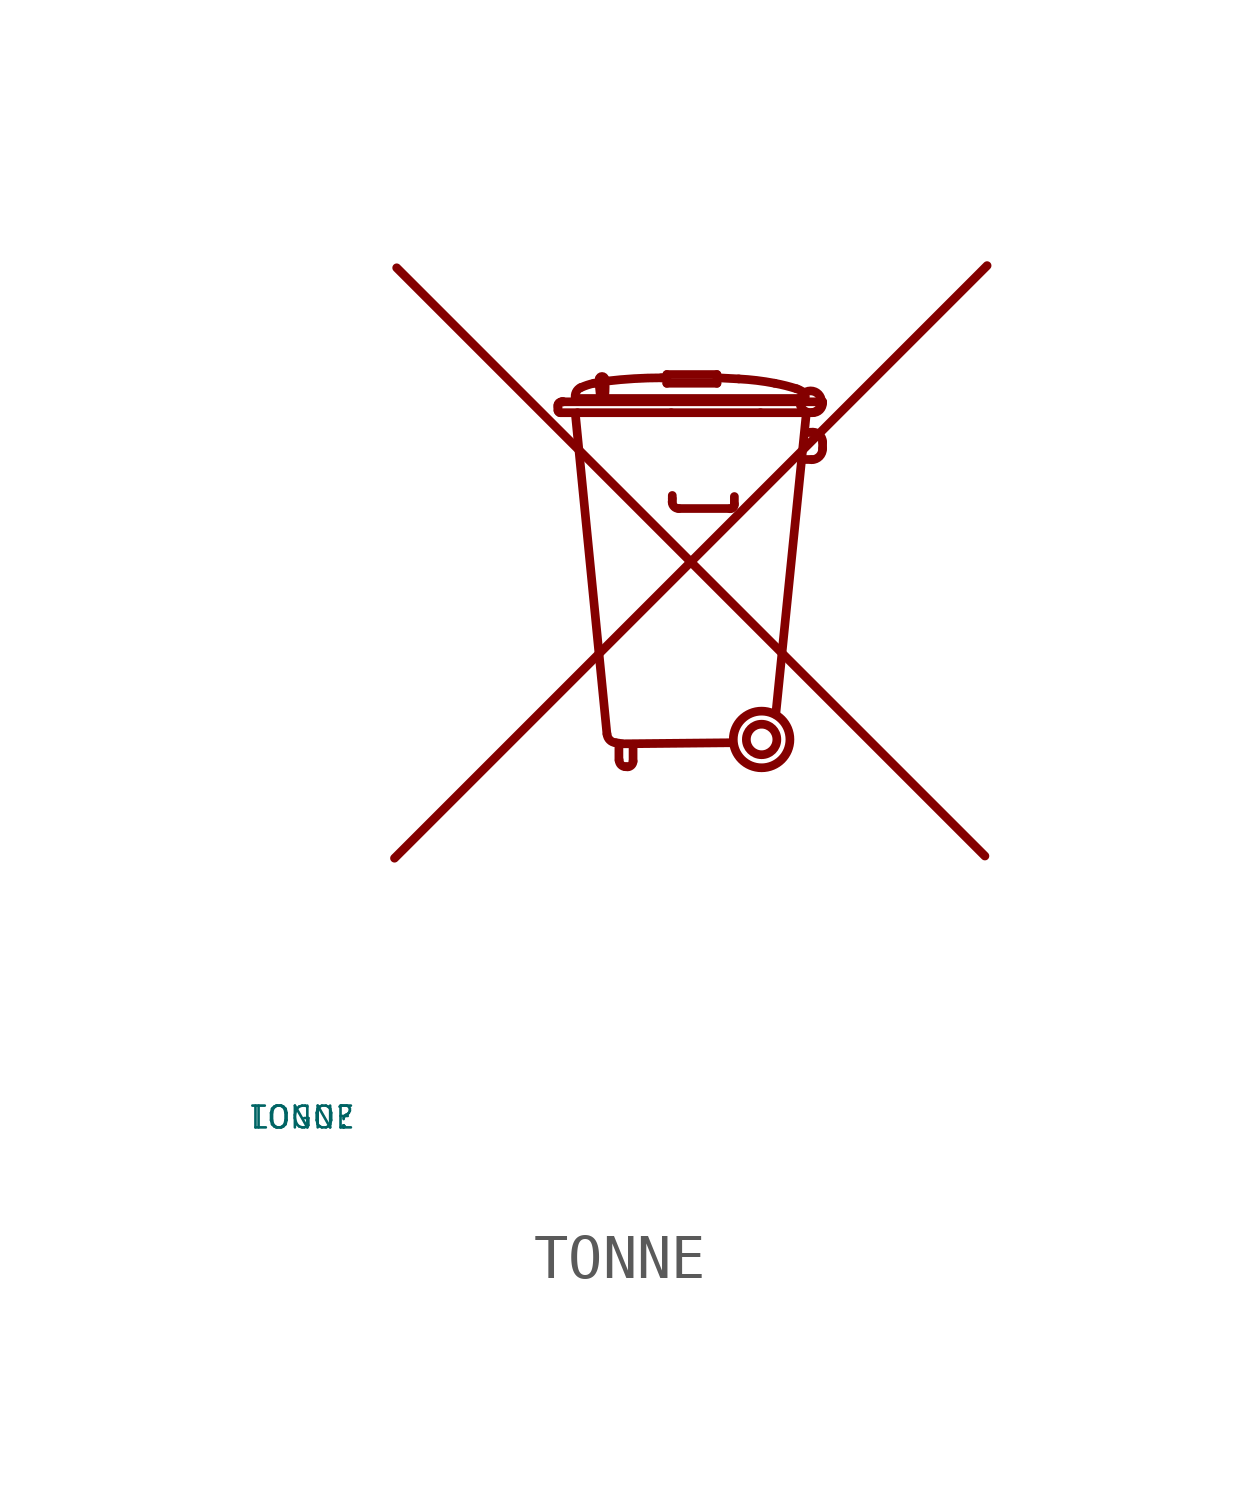
<source format=kicad_sym>
(kicad_symbol_lib
  (version 20220914)
  (generator Eagle2Kicad)
  (symbol "TONNE"
    (property "Reference" "LOGO"
      (at -10 -10 0)
      (effects (font (size 0.5 0.5) (thickness 0.06)) (justify left)))
    (property "Value" "TONNE"
      (at -10 -10 0)
      (effects (font (size 0.5 0.5) (thickness 0.06)) (justify left)))
    (polyline
      (pts (xy -6.65 -4.05) (xy 6.95 9.55))
      (stroke (width 0.2) (type default))
      (fill (type none)))
    (polyline
      (pts (xy -6.6 9.5) (xy 6.9 -4))
      (stroke (width 0.2) (type default))
      (fill (type none)))
    (polyline
      (pts (xy -0.4 6.975) (xy -0.525 6.975))
      (stroke (width 0.2) (type default))
      (fill (type none)))
    (arc
      (start -0.525 6.975)
      (mid -1.151 6.956)
      (end -1.775 6.9)
      (stroke (width 0.2) (type default))
      (fill (type none)))
    (arc
      (start -1.775 6.9)
      (mid -1.926 6.878)
      (end -2.075 6.85)
      (stroke (width 0.2) (type default))
      (fill (type none)))
    (arc
      (start -2.075 6.85)
      (mid -2.228 6.808)
      (end -2.375 6.75)
      (stroke (width 0.2) (type default))
      (fill (type none)))
    (arc
      (start -2.375 6.75)
      (mid -2.481 6.647)
      (end -2.5 6.5)
      (stroke (width 0.2) (type default))
      (fill (type none)))
    (polyline
      (pts (xy -1.925 6.55) (xy -1.95 6.8))
      (stroke (width 0.2) (type default))
      (fill (type none)))
    (arc
      (start -1.95 6.95)
      (mid -1.954 6.875)
      (end -1.95 6.8)
      (stroke (width 0.2) (type default))
      (fill (type none)))
    (arc
      (start -1.825 6.95)
      (mid -1.888 7.007)
      (end -1.95 6.95)
      (stroke (width 0.2) (type default))
      (fill (type none)))
    (arc
      (start -1.825 6.575)
      (mid -1.816 6.763)
      (end -1.825 6.95)
      (stroke (width 0.2) (type default))
      (fill (type none)))
    (polyline
      (pts (xy 0.775 6.975) (xy 1.25 6.95))
      (stroke (width 0.2) (type default))
      (fill (type none)))
    (arc
      (start 2.075 6.85)
      (mid 1.664 6.914)
      (end 1.25 6.95)
      (stroke (width 0.2) (type default))
      (fill (type none)))
    (arc
      (start 2.575 6.725)
      (mid 2.327 6.795)
      (end 2.075 6.85)
      (stroke (width 0.2) (type default))
      (fill (type none)))
    (arc
      (start 2.725 6.65)
      (mid 2.653 6.694)
      (end 2.575 6.725)
      (stroke (width 0.2) (type default))
      (fill (type none)))
    (arc
      (start 2.775 6.5)
      (mid 2.774 6.583)
      (end 2.725 6.65)
      (stroke (width 0.2) (type default))
      (fill (type none)))
    (polyline
      (pts (xy 2.7 6.5) (xy -2.475 6.5))
      (stroke (width 0.2) (type default))
      (fill (type none)))
    (polyline
      (pts (xy -2.8 6.425) (xy -2.775 6.425))
      (stroke (width 0.2) (type default))
      (fill (type none)))
    (polyline
      (pts (xy -2.775 6.425) (xy 3.175 6.425))
      (stroke (width 0.2) (type default))
      (fill (type none)))
    (polyline
      (pts (xy 3.175 6.425) (xy 3.175 6.4))
      (stroke (width 0.2) (type default))
      (fill (type none)))
    (arc
      (start 2.95 6.175)
      (mid 3.109 6.241)
      (end 3.175 6.4)
      (stroke (width 0.2) (type default))
      (fill (type none)))
    (polyline
      (pts (xy 2.95 6.175) (xy 1.75 6.175))
      (stroke (width 0.2) (type default))
      (fill (type none)))
    (polyline
      (pts (xy 1.75 6.175) (xy -0.3 6.175))
      (stroke (width 0.2) (type default))
      (fill (type none)))
    (polyline
      (pts (xy -0.3 6.175) (xy -2.45 6.175))
      (stroke (width 0.2) (type default))
      (fill (type none)))
    (polyline
      (pts (xy -2.45 6.175) (xy -2.85 6.175))
      (stroke (width 0.2) (type default))
      (fill (type none)))
    (arc
      (start -2.9 6.225)
      (mid -2.885 6.190)
      (end -2.85 6.175)
      (stroke (width 0.2) (type default))
      (fill (type none)))
    (polyline
      (pts (xy -2.9 6.225) (xy -2.9 6.3))
      (stroke (width 0.2) (type default))
      (fill (type none)))
    (polyline
      (pts (xy -2.9 6.3) (xy -2.9 6.35))
      (stroke (width 0.2) (type default))
      (fill (type none)))
    (arc
      (start -2.825 6.425)
      (mid -2.878 6.403)
      (end -2.9 6.35)
      (stroke (width 0.2) (type default))
      (fill (type none)))
    (polyline
      (pts (xy -2.825 6.425) (xy -2.8 6.425))
      (stroke (width 0.2) (type default))
      (fill (type none)))
    (polyline
      (pts (xy -2.8 6.425) (xy -2.775 6.425))
      (stroke (width 0.2) (type default))
      (fill (type none)))
    (polyline
      (pts (xy -2.5 6.15) (xy -1.775 -1.2))
      (stroke (width 0.2) (type default))
      (fill (type none)))
    (arc
      (start -1.775 -1.2)
      (mid -1.711 -1.336)
      (end -1.575 -1.4)
      (stroke (width 0.2) (type default))
      (fill (type none)))
    (arc
      (start -1.425 -1.425)
      (mid -1.500 -1.410)
      (end -1.575 -1.4)
      (stroke (width 0.2) (type default))
      (fill (type none)))
    (polyline
      (pts (xy -1.425 -1.425) (xy 1.1 -1.4))
      (stroke (width 0.2) (type default))
      (fill (type none)))
    (polyline
      (pts (xy -1.5 -1.475) (xy -1.5 -1.8))
      (stroke (width 0.2) (type default))
      (fill (type none)))
    (arc
      (start -1.5 -1.8)
      (mid -1.456 -1.906)
      (end -1.35 -1.95)
      (stroke (width 0.2) (type default))
      (fill (type none)))
    (polyline
      (pts (xy -1.35 -1.95) (xy -1.3 -1.95))
      (stroke (width 0.2) (type default))
      (fill (type none)))
    (arc
      (start -1.3 -1.95)
      (mid -1.212 -1.913)
      (end -1.175 -1.825)
      (stroke (width 0.2) (type default))
      (fill (type none)))
    (polyline
      (pts (xy -1.175 -1.825) (xy -1.175 -1.475))
      (stroke (width 0.2) (type default))
      (fill (type none)))
    (polyline
      (pts (xy 2.1 -0.75) (xy 2.8 6.15))
      (stroke (width 0.2) (type default))
      (fill (type none)))
    (polyline
      (pts (xy 2.75 5.1) (xy 2.925 5.1))
      (stroke (width 0.2) (type default))
      (fill (type none)))
    (arc
      (start 2.925 5.1)
      (mid 3.102 5.173)
      (end 3.175 5.35)
      (stroke (width 0.2) (type default))
      (fill (type none)))
    (polyline
      (pts (xy 3.175 5.35) (xy 3.175 5.5))
      (stroke (width 0.2) (type default))
      (fill (type none)))
    (arc
      (start 3.175 5.5)
      (mid 3.091 5.678)
      (end 2.9 5.725)
      (stroke (width 0.2) (type default))
      (fill (type none)))
    (arc
      (start 2.8 5.725)
      (mid 2.850 5.720)
      (end 2.9 5.725)
      (stroke (width 0.2) (type default))
      (fill (type none)))
    (polyline
      (pts (xy -0.275 4.275) (xy -0.275 4.2))
      (stroke (width 0.2) (type default))
      (fill (type none)))
    (polyline
      (pts (xy -0.275 4.2) (xy -0.275 4.125))
      (stroke (width 0.2) (type default))
      (fill (type none)))
    (arc
      (start -0.275 4.125)
      (mid -0.231 4.019)
      (end -0.125 3.975)
      (stroke (width 0.2) (type default))
      (fill (type none)))
    (polyline
      (pts (xy -0.125 3.975) (xy 1.05 3.975))
      (stroke (width 0.2) (type default))
      (fill (type none)))
    (arc
      (start 1.05 3.975)
      (mid 1.121 4.004)
      (end 1.15 4.075)
      (stroke (width 0.2) (type default))
      (fill (type none)))
    (polyline
      (pts (xy 1.15 4.075) (xy 1.15 4.25))
      (stroke (width 0.2) (type default))
      (fill (type none)))
    (polyline
      (pts (xy -0.4 7.05) (xy 0.75 7.05))
      (stroke (width 0.2) (type default))
      (fill (type none)))
    (polyline
      (pts (xy 0.75 7.05) (xy 0.75 6.85))
      (stroke (width 0.2) (type default))
      (fill (type none)))
    (polyline
      (pts (xy 0.75 6.85) (xy -0.4 6.85))
      (stroke (width 0.2) (type default))
      (fill (type none)))
    (polyline
      (pts (xy -0.4 6.85) (xy -0.4 7.05))
      (stroke (width 0.2) (type default))
      (fill (type none)))
    (circle
      (center 1.775 -1.325)
      (radius 0.65)
      (stroke (width 0.2) (type default))
      (fill (type none)))
    (circle
      (center 1.775 -1.325)
      (radius 0.35)
      (stroke (width 0.2) (type default))
      (fill (type none)))
    (circle
      (center 2.9 6.425)
      (radius 0.25)
      (stroke (width 0.2) (type default))
      (fill (type none)))))
</source>
